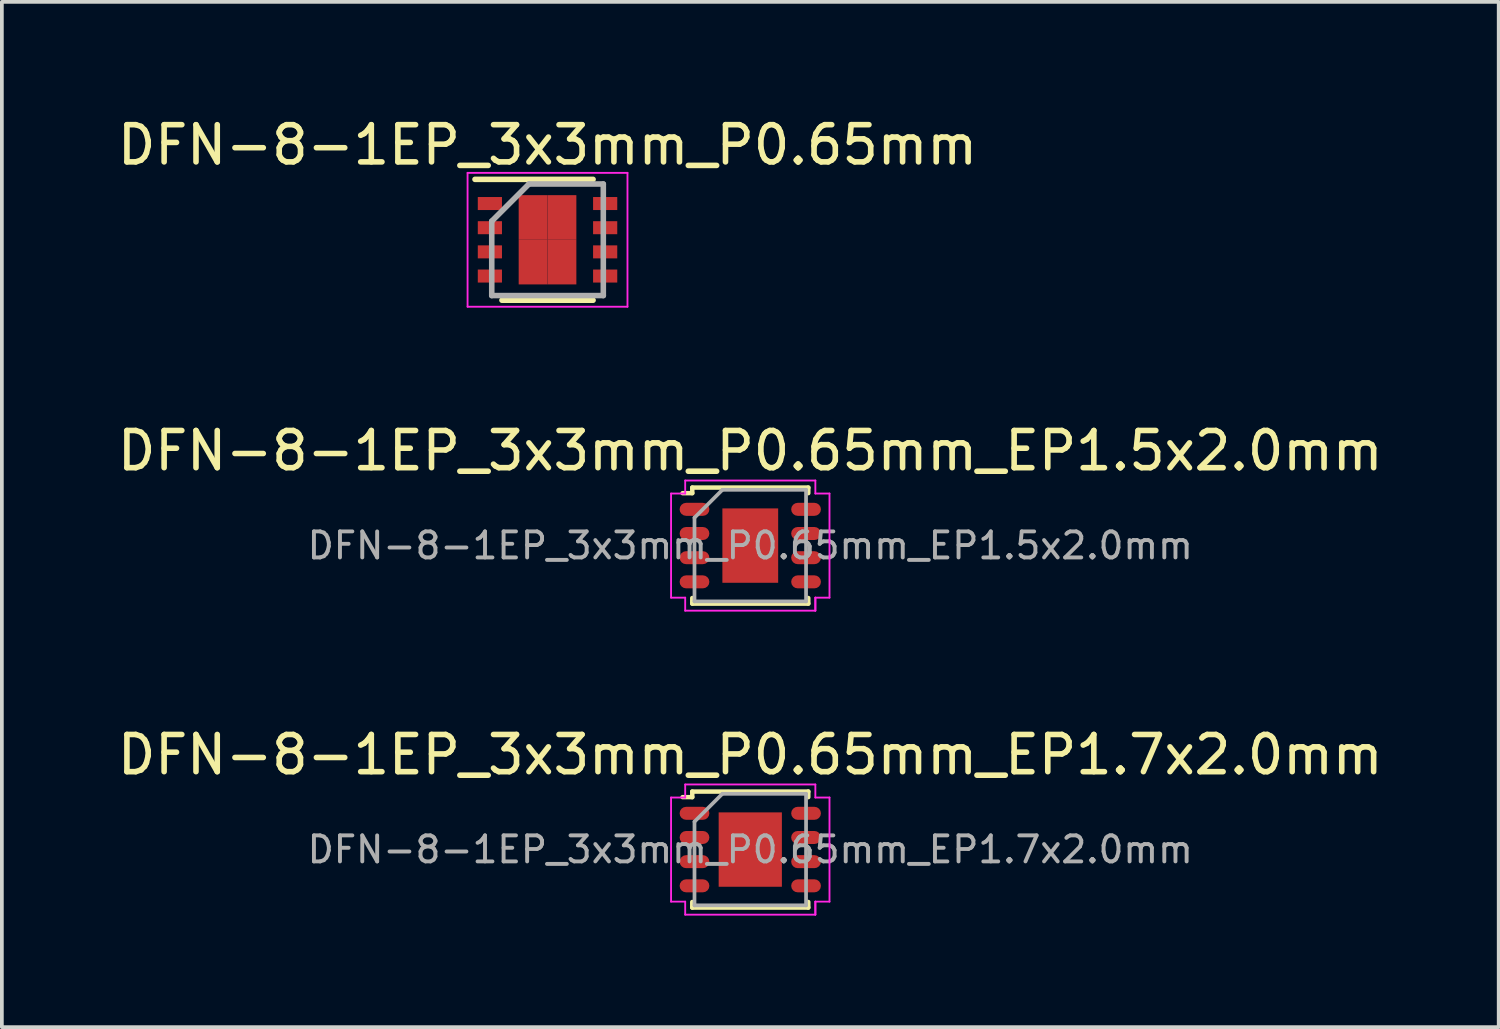
<source format=kicad_pcb>
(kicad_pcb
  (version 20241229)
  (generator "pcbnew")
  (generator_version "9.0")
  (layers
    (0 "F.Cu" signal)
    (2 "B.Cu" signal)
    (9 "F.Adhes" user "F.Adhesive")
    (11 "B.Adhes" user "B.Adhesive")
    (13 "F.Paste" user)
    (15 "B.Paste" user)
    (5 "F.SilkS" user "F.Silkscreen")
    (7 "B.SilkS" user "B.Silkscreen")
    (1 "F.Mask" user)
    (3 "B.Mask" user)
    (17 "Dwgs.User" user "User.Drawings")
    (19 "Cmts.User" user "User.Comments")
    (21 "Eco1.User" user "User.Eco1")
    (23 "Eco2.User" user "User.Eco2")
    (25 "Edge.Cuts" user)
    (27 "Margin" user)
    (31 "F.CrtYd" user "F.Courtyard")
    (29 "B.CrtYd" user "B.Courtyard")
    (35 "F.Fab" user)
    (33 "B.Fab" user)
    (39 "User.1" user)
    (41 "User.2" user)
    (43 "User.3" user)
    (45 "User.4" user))
  (footprint "DFN-8-1EP_3x3mm_P0.65mm_EP1.5x2.0mm"
    (layer "F.Cu")
    (at 17.125 11.621)
    (property "Reference" "DFN-8-1EP_3x3mm_P0.65mm_EP1.5x2.0mm" (at 0 -2.55 0) (layer "F.SilkS") (effects (font (size 1 1) (thickness 0.15))))
    (attr smd)
    (fp_line (start -1.56 -1.56) (end -1.56 -1.41) (stroke (width 0.12) (type solid)) (layer "F.SilkS"))
    (fp_line (start -1.56 -1.56) (end 1.56 -1.56) (stroke (width 0.12) (type solid)) (layer "F.SilkS"))
    (fp_line (start -1.56 -1.41) (end -1.82 -1.41) (stroke (width 0.12) (type solid)) (layer "F.SilkS"))
    (fp_line (start -1.56 1.56) (end -1.56 1.41) (stroke (width 0.12) (type solid)) (layer "F.SilkS"))
    (fp_line (start -1.56 1.56) (end 1.56 1.56) (stroke (width 0.12) (type solid)) (layer "F.SilkS"))
    (fp_line (start 1.56 -1.56) (end 1.56 -1.41) (stroke (width 0.12) (type solid)) (layer "F.SilkS"))
    (fp_line (start 1.56 1.56) (end 1.56 1.41) (stroke (width 0.12) (type solid)) (layer "F.SilkS"))
    (fp_line (start -2.13 -1.4) (end -2.13 1.4) (stroke (width 0.05) (type solid)) (layer "F.CrtYd"))
    (fp_line (start -1.75 -1.75) (end -1.75 -1.4) (stroke (width 0.05) (type solid)) (layer "F.CrtYd"))
    (fp_line (start -1.75 -1.75) (end 1.75 -1.75) (stroke (width 0.05) (type solid)) (layer "F.CrtYd"))
    (fp_line (start -1.75 -1.4) (end -2.13 -1.4) (stroke (width 0.05) (type solid)) (layer "F.CrtYd"))
    (fp_line (start -1.75 1.4) (end -2.13 1.4) (stroke (width 0.05) (type solid)) (layer "F.CrtYd"))
    (fp_line (start -1.75 1.75) (end -1.75 1.4) (stroke (width 0.05) (type solid)) (layer "F.CrtYd"))
    (fp_line (start -1.75 1.75) (end 1.75 1.75) (stroke (width 0.05) (type solid)) (layer "F.CrtYd"))
    (fp_line (start 1.75 -1.75) (end 1.75 -1.4) (stroke (width 0.05) (type solid)) (layer "F.CrtYd"))
    (fp_line (start 1.75 -1.4) (end 2.13 -1.4) (stroke (width 0.05) (type solid)) (layer "F.CrtYd"))
    (fp_line (start 1.75 1.4) (end 2.13 1.4) (stroke (width 0.05) (type solid)) (layer "F.CrtYd"))
    (fp_line (start 1.75 1.75) (end 1.75 1.4) (stroke (width 0.05) (type solid)) (layer "F.CrtYd"))
    (fp_line (start 1.75 1.75) (end 1.75 1.4) (stroke (width 0.05) (type solid)) (layer "F.CrtYd"))
    (fp_line (start 2.13 -1.4) (end 2.13 1.4) (stroke (width 0.05) (type solid)) (layer "F.CrtYd"))
    (fp_line (start -1.5 -0.75) (end -0.75 -1.5) (stroke (width 0.1) (type solid)) (layer "F.Fab"))
    (fp_line (start -1.5 1.5) (end -1.5 -0.75) (stroke (width 0.1) (type solid)) (layer "F.Fab"))
    (fp_line (start -0.75 -1.5) (end 1.5 -1.5) (stroke (width 0.1) (type solid)) (layer "F.Fab"))
    (fp_line (start 1.5 -1.5) (end 1.5 1.5) (stroke (width 0.1) (type solid)) (layer "F.Fab"))
    (fp_line (start 1.5 1.5) (end -1.5 1.5) (stroke (width 0.1) (type solid)) (layer "F.Fab"))
    (fp_text user "${REFERENCE}" (at 0 0 0) (layer "F.Fab") (effects (font (size 0.7 0.7) (thickness 0.105))))
    (pad "" smd rect (at -0.388 -0.5) (size 0.55 0.75) (layers "F.Paste"))
    (pad "" smd rect (at -0.388 0.5) (size 0.55 0.75) (layers "F.Paste"))
    (pad "" smd rect (at 0.388 -0.5) (size 0.55 0.75) (layers "F.Paste"))
    (pad "" smd rect (at 0.388 0.5) (size 0.55 0.75) (layers "F.Paste"))
    (pad "1" smd roundrect (at -1.5 -0.975) (size 0.8 0.35) (layers "F.Cu" "F.Mask" "F.Paste") (roundrect_rratio 0.5))
    (pad "2" smd roundrect (at -1.5 -0.325) (size 0.8 0.35) (layers "F.Cu" "F.Mask" "F.Paste") (roundrect_rratio 0.5))
    (pad "3" smd roundrect (at -1.5 0.325) (size 0.8 0.35) (layers "F.Cu" "F.Mask" "F.Paste") (roundrect_rratio 0.5))
    (pad "4" smd roundrect (at -1.5 0.975) (size 0.8 0.35) (layers "F.Cu" "F.Mask" "F.Paste") (roundrect_rratio 0.5))
    (pad "5" smd roundrect (at 1.5 0.975) (size 0.8 0.35) (layers "F.Cu" "F.Mask" "F.Paste") (roundrect_rratio 0.5))
    (pad "6" smd roundrect (at 1.5 0.325) (size 0.8 0.35) (layers "F.Cu" "F.Mask" "F.Paste") (roundrect_rratio 0.5))
    (pad "7" smd roundrect (at 1.5 -0.325) (size 0.8 0.35) (layers "F.Cu" "F.Mask" "F.Paste") (roundrect_rratio 0.5))
    (pad "8" smd roundrect (at 1.5 -0.975) (size 0.8 0.35) (layers "F.Cu" "F.Mask" "F.Paste") (roundrect_rratio 0.5))
    (pad "9" smd rect (at 0 0) (size 1.5 2) (layers "F.Cu" "F.Mask")))
  (footprint "DFN-8-1EP_3x3mm_P0.65mm_EP1.7x2.0mm"
    (layer "F.Cu")
    (at 17.125 19.795)
    (property "Reference" "DFN-8-1EP_3x3mm_P0.65mm_EP1.7x2.0mm" (at 0 -2.55 0) (layer "F.SilkS") (effects (font (size 1 1) (thickness 0.15))))
    (attr smd)
    (fp_line (start -1.56 -1.56) (end -1.56 -1.41) (stroke (width 0.12) (type solid)) (layer "F.SilkS"))
    (fp_line (start -1.56 -1.56) (end 1.56 -1.56) (stroke (width 0.12) (type solid)) (layer "F.SilkS"))
    (fp_line (start -1.56 -1.41) (end -1.82 -1.41) (stroke (width 0.12) (type solid)) (layer "F.SilkS"))
    (fp_line (start -1.56 1.56) (end -1.56 1.41) (stroke (width 0.12) (type solid)) (layer "F.SilkS"))
    (fp_line (start -1.56 1.56) (end 1.56 1.56) (stroke (width 0.12) (type solid)) (layer "F.SilkS"))
    (fp_line (start 1.56 -1.56) (end 1.56 -1.41) (stroke (width 0.12) (type solid)) (layer "F.SilkS"))
    (fp_line (start 1.56 1.56) (end 1.56 1.41) (stroke (width 0.12) (type solid)) (layer "F.SilkS"))
    (fp_line (start -2.13 -1.4) (end -2.13 1.4) (stroke (width 0.05) (type solid)) (layer "F.CrtYd"))
    (fp_line (start -1.75 -1.75) (end -1.75 -1.4) (stroke (width 0.05) (type solid)) (layer "F.CrtYd"))
    (fp_line (start -1.75 -1.75) (end 1.75 -1.75) (stroke (width 0.05) (type solid)) (layer "F.CrtYd"))
    (fp_line (start -1.75 -1.4) (end -2.13 -1.4) (stroke (width 0.05) (type solid)) (layer "F.CrtYd"))
    (fp_line (start -1.75 1.4) (end -2.13 1.4) (stroke (width 0.05) (type solid)) (layer "F.CrtYd"))
    (fp_line (start -1.75 1.75) (end -1.75 1.4) (stroke (width 0.05) (type solid)) (layer "F.CrtYd"))
    (fp_line (start -1.75 1.75) (end 1.75 1.75) (stroke (width 0.05) (type solid)) (layer "F.CrtYd"))
    (fp_line (start 1.75 -1.75) (end 1.75 -1.4) (stroke (width 0.05) (type solid)) (layer "F.CrtYd"))
    (fp_line (start 1.75 -1.4) (end 2.13 -1.4) (stroke (width 0.05) (type solid)) (layer "F.CrtYd"))
    (fp_line (start 1.75 1.4) (end 2.13 1.4) (stroke (width 0.05) (type solid)) (layer "F.CrtYd"))
    (fp_line (start 1.75 1.75) (end 1.75 1.4) (stroke (width 0.05) (type solid)) (layer "F.CrtYd"))
    (fp_line (start 1.75 1.75) (end 1.75 1.4) (stroke (width 0.05) (type solid)) (layer "F.CrtYd"))
    (fp_line (start 2.13 -1.4) (end 2.13 1.4) (stroke (width 0.05) (type solid)) (layer "F.CrtYd"))
    (fp_line (start -1.5 -0.75) (end -0.75 -1.5) (stroke (width 0.1) (type solid)) (layer "F.Fab"))
    (fp_line (start -1.5 1.5) (end -1.5 -0.75) (stroke (width 0.1) (type solid)) (layer "F.Fab"))
    (fp_line (start -0.75 -1.5) (end 1.5 -1.5) (stroke (width 0.1) (type solid)) (layer "F.Fab"))
    (fp_line (start 1.5 -1.5) (end 1.5 1.5) (stroke (width 0.1) (type solid)) (layer "F.Fab"))
    (fp_line (start 1.5 1.5) (end -1.5 1.5) (stroke (width 0.1) (type solid)) (layer "F.Fab"))
    (fp_text user "${REFERENCE}" (at 0 0 0) (layer "F.Fab") (effects (font (size 0.7 0.7) (thickness 0.105))))
    (pad "" smd rect (at -0.388 -0.5) (size 0.6 0.75) (layers "F.Paste"))
    (pad "" smd rect (at -0.388 0.5) (size 0.6 0.75) (layers "F.Paste"))
    (pad "" smd rect (at 0.388 -0.5) (size 0.6 0.75) (layers "F.Paste"))
    (pad "" smd rect (at 0.388 0.5) (size 0.6 0.75) (layers "F.Paste"))
    (pad "1" smd roundrect (at -1.5 -0.975) (size 0.8 0.35) (layers "F.Cu" "F.Mask" "F.Paste") (roundrect_rratio 0.5))
    (pad "2" smd roundrect (at -1.5 -0.325) (size 0.8 0.35) (layers "F.Cu" "F.Mask" "F.Paste") (roundrect_rratio 0.5))
    (pad "3" smd roundrect (at -1.5 0.325) (size 0.8 0.35) (layers "F.Cu" "F.Mask" "F.Paste") (roundrect_rratio 0.5))
    (pad "4" smd roundrect (at -1.5 0.975) (size 0.8 0.35) (layers "F.Cu" "F.Mask" "F.Paste") (roundrect_rratio 0.5))
    (pad "5" smd roundrect (at 1.5 0.975) (size 0.8 0.35) (layers "F.Cu" "F.Mask" "F.Paste") (roundrect_rratio 0.5))
    (pad "6" smd roundrect (at 1.5 0.325) (size 0.8 0.35) (layers "F.Cu" "F.Mask" "F.Paste") (roundrect_rratio 0.5))
    (pad "7" smd roundrect (at 1.5 -0.325) (size 0.8 0.35) (layers "F.Cu" "F.Mask" "F.Paste") (roundrect_rratio 0.5))
    (pad "8" smd roundrect (at 1.5 -0.975) (size 0.8 0.35) (layers "F.Cu" "F.Mask" "F.Paste") (roundrect_rratio 0.5))
    (pad "9" smd rect (at 0 0) (size 1.7 2) (layers "F.Cu" "F.Mask")))
  (footprint "DFN-8-1EP_3x3mm_P0.65mm"
    (layer "F.Cu")
    (at 11.673 3.398)
    (property "Reference" "DFN-8-1EP_3x3mm_P0.65mm" (at 0 -2.55 0) (layer "F.SilkS") (effects (font (size 1 1) (thickness 0.15))))
    (attr smd)
    (fp_line (start -1.95 -1.625) (end 1.225 -1.625) (stroke (width 0.15) (type solid)) (layer "F.SilkS"))
    (fp_line (start -1.225 1.625) (end 1.225 1.625) (stroke (width 0.15) (type solid)) (layer "F.SilkS"))
    (fp_line (start -2.15 -1.8) (end -2.15 1.8) (stroke (width 0.05) (type solid)) (layer "F.CrtYd"))
    (fp_line (start -2.15 -1.8) (end 2.15 -1.8) (stroke (width 0.05) (type solid)) (layer "F.CrtYd"))
    (fp_line (start -2.15 1.8) (end 2.15 1.8) (stroke (width 0.05) (type solid)) (layer "F.CrtYd"))
    (fp_line (start 2.15 -1.8) (end 2.15 1.8) (stroke (width 0.05) (type solid)) (layer "F.CrtYd"))
    (fp_line (start -1.5 -0.5) (end -0.5 -1.5) (stroke (width 0.15) (type solid)) (layer "F.Fab"))
    (fp_line (start -1.5 1.5) (end -1.5 -0.5) (stroke (width 0.15) (type solid)) (layer "F.Fab"))
    (fp_line (start -0.5 -1.5) (end 1.5 -1.5) (stroke (width 0.15) (type solid)) (layer "F.Fab"))
    (fp_line (start 1.5 -1.5) (end 1.5 1.5) (stroke (width 0.15) (type solid)) (layer "F.Fab"))
    (fp_line (start 1.5 1.5) (end -1.5 1.5) (stroke (width 0.15) (type solid)) (layer "F.Fab"))
    (pad "1" smd rect (at -1.55 -0.975) (size 0.65 0.35) (layers "F.Cu" "F.Mask" "F.Paste"))
    (pad "2" smd rect (at -1.55 -0.325) (size 0.65 0.35) (layers "F.Cu" "F.Mask" "F.Paste"))
    (pad "3" smd rect (at -1.55 0.325) (size 0.65 0.35) (layers "F.Cu" "F.Mask" "F.Paste"))
    (pad "4" smd rect (at -1.55 0.975) (size 0.65 0.35) (layers "F.Cu" "F.Mask" "F.Paste"))
    (pad "5" smd rect (at 1.55 0.975) (size 0.65 0.35) (layers "F.Cu" "F.Mask" "F.Paste"))
    (pad "6" smd rect (at 1.55 0.325) (size 0.65 0.35) (layers "F.Cu" "F.Mask" "F.Paste"))
    (pad "7" smd rect (at 1.55 -0.325) (size 0.65 0.35) (layers "F.Cu" "F.Mask" "F.Paste"))
    (pad "8" smd rect (at 1.55 -0.975) (size 0.65 0.35) (layers "F.Cu" "F.Mask" "F.Paste"))
    (pad "9" smd rect (at -0.388 -0.6) (size 0.775 1.2) (layers "F.Cu" "F.Mask" "F.Paste"))
    (pad "9" smd rect (at -0.388 0.6) (size 0.775 1.2) (layers "F.Cu" "F.Mask" "F.Paste"))
    (pad "9" smd rect (at 0.388 -0.6) (size 0.775 1.2) (layers "F.Cu" "F.Mask" "F.Paste"))
    (pad "9" smd rect (at 0.388 0.6) (size 0.775 1.2) (layers "F.Cu" "F.Mask" "F.Paste")))
  (gr_rect
    (start -3 -3)
    (end 37.25 24.57)
    (stroke (width 0.1) (type default))
    (fill no)
    (layer "Edge.Cuts")))
</source>
